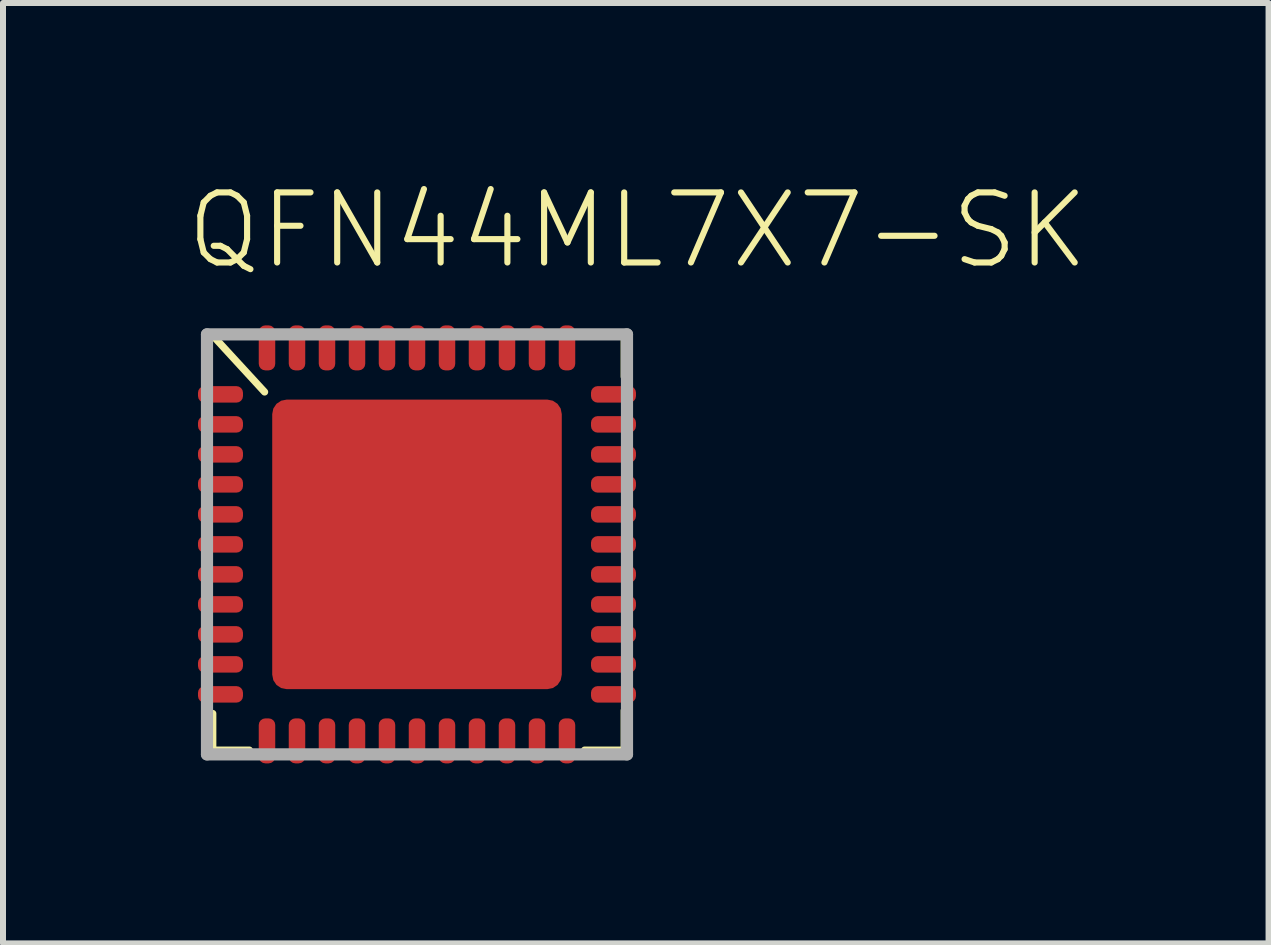
<source format=kicad_pcb>
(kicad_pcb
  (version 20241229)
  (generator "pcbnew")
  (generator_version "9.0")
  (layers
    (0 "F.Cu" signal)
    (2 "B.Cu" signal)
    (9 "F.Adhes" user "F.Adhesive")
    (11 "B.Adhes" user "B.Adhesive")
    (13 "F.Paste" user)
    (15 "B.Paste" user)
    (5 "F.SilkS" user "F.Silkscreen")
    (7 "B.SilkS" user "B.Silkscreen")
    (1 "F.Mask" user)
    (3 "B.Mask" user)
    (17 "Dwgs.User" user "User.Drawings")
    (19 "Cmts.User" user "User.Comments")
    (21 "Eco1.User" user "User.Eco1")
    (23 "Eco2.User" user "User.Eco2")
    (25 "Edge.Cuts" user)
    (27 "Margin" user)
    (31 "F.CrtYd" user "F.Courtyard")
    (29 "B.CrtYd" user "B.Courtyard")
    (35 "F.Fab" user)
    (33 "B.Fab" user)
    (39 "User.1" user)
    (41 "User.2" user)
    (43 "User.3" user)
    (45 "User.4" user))
  (footprint "QFN44ML7X7-SK"
    (layer "F.Cu")
    (at 3.9 6.023)
    (property "Reference" "QFN44ML7X7-SK" (at -3.9 -4.55 0) (layer "F.SilkS") (effects (font (size 1.168 1.168) (thickness 0.102)) (justify left bottom)))
    (fp_circle (center 0 0) (end 0.635 0) (stroke (width 2.54) (type solid)) (fill no) (layer "F.Mask"))
    (fp_line (start -3.48 -3.48) (end -2.819 -3.48) (stroke (width 0.12) (type solid)) (layer "F.SilkS"))
    (fp_line (start -3.48 -2.794) (end -3.48 -3.48) (stroke (width 0.12) (type solid)) (layer "F.SilkS"))
    (fp_line (start -3.404 -3.48) (end -2.54 -2.54) (stroke (width 0.12) (type solid)) (layer "F.SilkS"))
    (fp_line (start -3.404 3.429) (end -3.404 2.819) (stroke (width 0.12) (type solid)) (layer "F.SilkS"))
    (fp_line (start -2.794 3.429) (end -3.404 3.429) (stroke (width 0.12) (type solid)) (layer "F.SilkS"))
    (fp_line (start 2.794 -3.48) (end 3.454 -3.48) (stroke (width 0.12) (type solid)) (layer "F.SilkS"))
    (fp_line (start 3.454 -3.48) (end 3.454 -2.794) (stroke (width 0.12) (type solid)) (layer "F.SilkS"))
    (fp_line (start 3.454 2.769) (end 3.454 3.429) (stroke (width 0.12) (type solid)) (layer "F.SilkS"))
    (fp_line (start 3.454 3.429) (end 2.794 3.429) (stroke (width 0.12) (type solid)) (layer "F.SilkS"))
    (fp_circle (center 0 0) (end 0.635 0) (stroke (width 1.27) (type solid)) (fill no) (layer "F.Paste"))
    (fp_line (start -3.5 -3.5) (end -3.5 3.5) (stroke (width 0.203) (type solid)) (layer "F.Fab"))
    (fp_line (start -3.5 3.5) (end 3.5 3.5) (stroke (width 0.203) (type solid)) (layer "F.Fab"))
    (fp_line (start 3.5 -3.5) (end -3.5 -3.5) (stroke (width 0.203) (type solid)) (layer "F.Fab"))
    (fp_line (start 3.5 3.5) (end 3.5 -3.5) (stroke (width 0.203) (type solid)) (layer "F.Fab"))
    (pad "1" smd roundrect (at -3.275 -2.5) (size 0.75 0.275) (layers "F.Cu" "F.Mask" "F.Paste") (roundrect_rratio 0.4))
    (pad "2" smd roundrect (at -3.275 -2) (size 0.75 0.275) (layers "F.Cu" "F.Mask" "F.Paste") (roundrect_rratio 0.4))
    (pad "3" smd roundrect (at -3.275 -1.5) (size 0.75 0.275) (layers "F.Cu" "F.Mask" "F.Paste") (roundrect_rratio 0.4))
    (pad "4" smd roundrect (at -3.275 -1) (size 0.75 0.275) (layers "F.Cu" "F.Mask" "F.Paste") (roundrect_rratio 0.4))
    (pad "5" smd roundrect (at -3.275 -0.5) (size 0.75 0.275) (layers "F.Cu" "F.Mask" "F.Paste") (roundrect_rratio 0.4))
    (pad "6" smd roundrect (at -3.275 0) (size 0.75 0.275) (layers "F.Cu" "F.Mask" "F.Paste") (roundrect_rratio 0.4))
    (pad "7" smd roundrect (at -3.275 0.5) (size 0.75 0.275) (layers "F.Cu" "F.Mask" "F.Paste") (roundrect_rratio 0.4))
    (pad "8" smd roundrect (at -3.275 1) (size 0.75 0.275) (layers "F.Cu" "F.Mask" "F.Paste") (roundrect_rratio 0.4))
    (pad "9" smd roundrect (at -3.275 1.5) (size 0.75 0.275) (layers "F.Cu" "F.Mask" "F.Paste") (roundrect_rratio 0.4))
    (pad "10" smd roundrect (at -3.275 2) (size 0.75 0.275) (layers "F.Cu" "F.Mask" "F.Paste") (roundrect_rratio 0.4))
    (pad "11" smd roundrect (at -3.275 2.5) (size 0.75 0.275) (layers "F.Cu" "F.Mask" "F.Paste") (roundrect_rratio 0.4))
    (pad "12" smd roundrect (at -2.5 3.275 90) (size 0.75 0.275) (layers "F.Cu" "F.Mask" "F.Paste") (roundrect_rratio 0.4))
    (pad "13" smd roundrect (at -2 3.275 90) (size 0.75 0.275) (layers "F.Cu" "F.Mask" "F.Paste") (roundrect_rratio 0.4))
    (pad "14" smd roundrect (at -1.5 3.275 90) (size 0.75 0.275) (layers "F.Cu" "F.Mask" "F.Paste") (roundrect_rratio 0.4))
    (pad "15" smd roundrect (at -1 3.275 90) (size 0.75 0.275) (layers "F.Cu" "F.Mask" "F.Paste") (roundrect_rratio 0.4))
    (pad "16" smd roundrect (at -0.5 3.275 90) (size 0.75 0.275) (layers "F.Cu" "F.Mask" "F.Paste") (roundrect_rratio 0.4))
    (pad "17" smd roundrect (at 0 3.275 90) (size 0.75 0.275) (layers "F.Cu" "F.Mask" "F.Paste") (roundrect_rratio 0.4))
    (pad "18" smd roundrect (at 0.5 3.275 90) (size 0.75 0.275) (layers "F.Cu" "F.Mask" "F.Paste") (roundrect_rratio 0.4))
    (pad "19" smd roundrect (at 1 3.275 90) (size 0.75 0.275) (layers "F.Cu" "F.Mask" "F.Paste") (roundrect_rratio 0.4))
    (pad "20" smd roundrect (at 1.5 3.275 90) (size 0.75 0.275) (layers "F.Cu" "F.Mask" "F.Paste") (roundrect_rratio 0.4))
    (pad "21" smd roundrect (at 2 3.275 90) (size 0.75 0.275) (layers "F.Cu" "F.Mask" "F.Paste") (roundrect_rratio 0.4))
    (pad "22" smd roundrect (at 2.5 3.275 90) (size 0.75 0.275) (layers "F.Cu" "F.Mask" "F.Paste") (roundrect_rratio 0.4))
    (pad "23" smd roundrect (at 3.275 2.5 180) (size 0.75 0.275) (layers "F.Cu" "F.Mask" "F.Paste") (roundrect_rratio 0.4))
    (pad "24" smd roundrect (at 3.275 2 180) (size 0.75 0.275) (layers "F.Cu" "F.Mask" "F.Paste") (roundrect_rratio 0.4))
    (pad "25" smd roundrect (at 3.275 1.5 180) (size 0.75 0.275) (layers "F.Cu" "F.Mask" "F.Paste") (roundrect_rratio 0.4))
    (pad "26" smd roundrect (at 3.275 1 180) (size 0.75 0.275) (layers "F.Cu" "F.Mask" "F.Paste") (roundrect_rratio 0.4))
    (pad "27" smd roundrect (at 3.275 0.5 180) (size 0.75 0.275) (layers "F.Cu" "F.Mask" "F.Paste") (roundrect_rratio 0.4))
    (pad "28" smd roundrect (at 3.275 0 180) (size 0.75 0.275) (layers "F.Cu" "F.Mask" "F.Paste") (roundrect_rratio 0.4))
    (pad "29" smd roundrect (at 3.275 -0.5 180) (size 0.75 0.275) (layers "F.Cu" "F.Mask" "F.Paste") (roundrect_rratio 0.4))
    (pad "30" smd roundrect (at 3.275 -1 180) (size 0.75 0.275) (layers "F.Cu" "F.Mask" "F.Paste") (roundrect_rratio 0.4))
    (pad "31" smd roundrect (at 3.275 -1.5 180) (size 0.75 0.275) (layers "F.Cu" "F.Mask" "F.Paste") (roundrect_rratio 0.4))
    (pad "32" smd roundrect (at 3.275 -2 180) (size 0.75 0.275) (layers "F.Cu" "F.Mask" "F.Paste") (roundrect_rratio 0.4))
    (pad "33" smd roundrect (at 3.275 -2.5 180) (size 0.75 0.275) (layers "F.Cu" "F.Mask" "F.Paste") (roundrect_rratio 0.4))
    (pad "34" smd roundrect (at 2.5 -3.275 270) (size 0.75 0.275) (layers "F.Cu" "F.Mask" "F.Paste") (roundrect_rratio 0.4))
    (pad "35" smd roundrect (at 2 -3.275 270) (size 0.75 0.275) (layers "F.Cu" "F.Mask" "F.Paste") (roundrect_rratio 0.4))
    (pad "36" smd roundrect (at 1.5 -3.275 270) (size 0.75 0.275) (layers "F.Cu" "F.Mask" "F.Paste") (roundrect_rratio 0.4))
    (pad "37" smd roundrect (at 1 -3.275 270) (size 0.75 0.275) (layers "F.Cu" "F.Mask" "F.Paste") (roundrect_rratio 0.4))
    (pad "38" smd roundrect (at 0.5 -3.275 270) (size 0.75 0.275) (layers "F.Cu" "F.Mask" "F.Paste") (roundrect_rratio 0.4))
    (pad "39" smd roundrect (at 0 -3.275 270) (size 0.75 0.275) (layers "F.Cu" "F.Mask" "F.Paste") (roundrect_rratio 0.4))
    (pad "40" smd roundrect (at -0.5 -3.275 270) (size 0.75 0.275) (layers "F.Cu" "F.Mask" "F.Paste") (roundrect_rratio 0.4))
    (pad "41" smd roundrect (at -1 -3.275 270) (size 0.75 0.275) (layers "F.Cu" "F.Mask" "F.Paste") (roundrect_rratio 0.4))
    (pad "42" smd roundrect (at -1.5 -3.275 270) (size 0.75 0.275) (layers "F.Cu" "F.Mask" "F.Paste") (roundrect_rratio 0.4))
    (pad "43" smd roundrect (at -2 -3.275 270) (size 0.75 0.275) (layers "F.Cu" "F.Mask" "F.Paste") (roundrect_rratio 0.4))
    (pad "44" smd roundrect (at -2.5 -3.275 270) (size 0.75 0.275) (layers "F.Cu" "F.Mask" "F.Paste") (roundrect_rratio 0.4))
    (pad "EXP" smd roundrect (at 0 0) (size 4.826 4.826) (layers "F.Cu") (roundrect_rratio 0.05)))
  (gr_rect
    (start -3 -3)
    (end 18.093 12.673)
    (stroke (width 0.1) (type default))
    (fill no)
    (layer "Edge.Cuts")))
</source>
